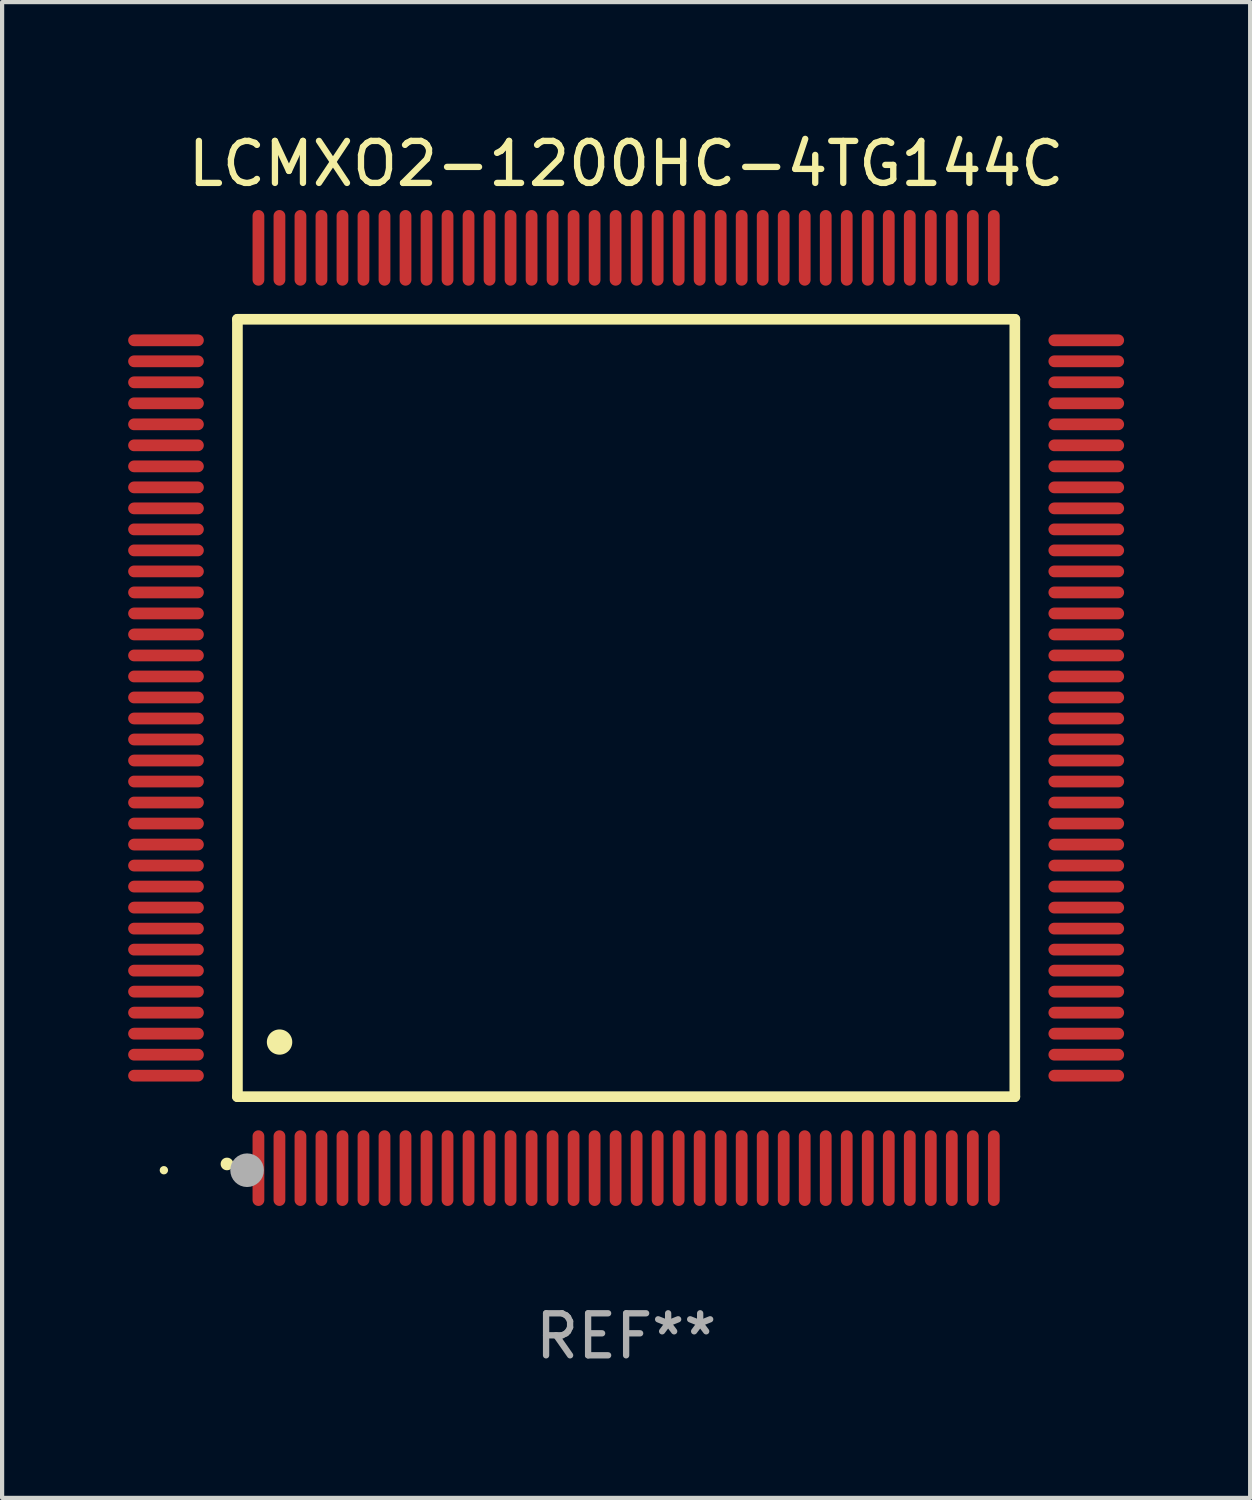
<source format=kicad_pcb>
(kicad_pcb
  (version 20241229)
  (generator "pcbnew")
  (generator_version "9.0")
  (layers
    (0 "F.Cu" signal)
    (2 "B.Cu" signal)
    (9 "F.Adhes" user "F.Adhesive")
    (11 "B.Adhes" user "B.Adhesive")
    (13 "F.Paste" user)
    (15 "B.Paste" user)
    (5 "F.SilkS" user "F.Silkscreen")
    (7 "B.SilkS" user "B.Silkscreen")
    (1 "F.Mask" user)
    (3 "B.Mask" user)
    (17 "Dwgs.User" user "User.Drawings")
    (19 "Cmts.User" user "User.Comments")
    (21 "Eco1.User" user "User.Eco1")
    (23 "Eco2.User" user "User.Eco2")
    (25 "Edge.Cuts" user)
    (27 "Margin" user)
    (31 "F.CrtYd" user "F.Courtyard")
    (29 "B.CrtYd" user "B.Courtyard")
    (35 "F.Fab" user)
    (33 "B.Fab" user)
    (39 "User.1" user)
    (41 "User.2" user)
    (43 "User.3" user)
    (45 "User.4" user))
  (footprint "LCMXO2-1200HC-4TG144C"
    (layer "F.Cu")
    (at 11.85 13.798)
    (property "Reference" "LCMXO2-1200HC-4TG144C" (at 0 -12.95 0) (layer "F.SilkS") (effects (font (size 1 1) (thickness 0.15))))
    (attr through_hole)
    (fp_line (start -9.25 -9.25) (end -9.25 9.25) (stroke (width 0.254) (type solid)) (layer "F.SilkS"))
    (fp_line (start -9.25 9.25) (end 9.25 9.25) (stroke (width 0.254) (type solid)) (layer "F.SilkS"))
    (fp_line (start 9.25 -9.25) (end -9.25 -9.25) (stroke (width 0.254) (type solid)) (layer "F.SilkS"))
    (fp_line (start 9.25 9.25) (end 9.25 -9.25) (stroke (width 0.254) (type solid)) (layer "F.SilkS"))
    (fp_arc (start -9.499619 10.850902) (mid -9.498349 10.850897) (end -9.497079 10.850902) (stroke (width 0.3) (type solid)) (layer "F.SilkS"))
    (fp_arc (start -8.249936 7.950216) (mid -8.247396 7.950205) (end -8.244856 7.950216) (stroke (width 0.6) (type solid)) (layer "F.SilkS"))
    (fp_circle (center -11 11) (end -10.95 11) (stroke (width 0.1) (type solid)) (fill no) (layer "F.SilkS"))
    (fp_circle (center -9.02 11) (end -8.82 11) (stroke (width 0.4) (type solid)) (fill no) (layer "F.Fab"))
    (fp_text user "REF**" (at 0 14.95 0) (layer "F.Fab") (effects (font (size 1 1) (thickness 0.15))))
    (pad "1" smd oval (at -8.75 10.95) (size 0.28 1.8) (layers "F.Cu" "F.Mask" "F.Paste"))
    (pad "2" smd oval (at -8.25 10.95) (size 0.28 1.8) (layers "F.Cu" "F.Mask" "F.Paste"))
    (pad "3" smd oval (at -7.75 10.95) (size 0.28 1.8) (layers "F.Cu" "F.Mask" "F.Paste"))
    (pad "4" smd oval (at -7.25 10.95) (size 0.28 1.8) (layers "F.Cu" "F.Mask" "F.Paste"))
    (pad "5" smd oval (at -6.75 10.95) (size 0.28 1.8) (layers "F.Cu" "F.Mask" "F.Paste"))
    (pad "6" smd oval (at -6.25 10.95) (size 0.28 1.8) (layers "F.Cu" "F.Mask" "F.Paste"))
    (pad "7" smd oval (at -5.75 10.95) (size 0.28 1.8) (layers "F.Cu" "F.Mask" "F.Paste"))
    (pad "8" smd oval (at -5.25 10.95) (size 0.28 1.8) (layers "F.Cu" "F.Mask" "F.Paste"))
    (pad "9" smd oval (at -4.75 10.95) (size 0.28 1.8) (layers "F.Cu" "F.Mask" "F.Paste"))
    (pad "10" smd oval (at -4.25 10.95) (size 0.28 1.8) (layers "F.Cu" "F.Mask" "F.Paste"))
    (pad "11" smd oval (at -3.75 10.95) (size 0.28 1.8) (layers "F.Cu" "F.Mask" "F.Paste"))
    (pad "12" smd oval (at -3.25 10.95) (size 0.28 1.8) (layers "F.Cu" "F.Mask" "F.Paste"))
    (pad "13" smd oval (at -2.75 10.95) (size 0.28 1.8) (layers "F.Cu" "F.Mask" "F.Paste"))
    (pad "14" smd oval (at -2.25 10.95) (size 0.28 1.8) (layers "F.Cu" "F.Mask" "F.Paste"))
    (pad "15" smd oval (at -1.75 10.95) (size 0.28 1.8) (layers "F.Cu" "F.Mask" "F.Paste"))
    (pad "16" smd oval (at -1.25 10.95) (size 0.28 1.8) (layers "F.Cu" "F.Mask" "F.Paste"))
    (pad "17" smd oval (at -0.75 10.95) (size 0.28 1.8) (layers "F.Cu" "F.Mask" "F.Paste"))
    (pad "18" smd oval (at -0.25 10.95) (size 0.28 1.8) (layers "F.Cu" "F.Mask" "F.Paste"))
    (pad "19" smd oval (at 0.25 10.95) (size 0.28 1.8) (layers "F.Cu" "F.Mask" "F.Paste"))
    (pad "20" smd oval (at 0.75 10.95) (size 0.28 1.8) (layers "F.Cu" "F.Mask" "F.Paste"))
    (pad "21" smd oval (at 1.25 10.95) (size 0.28 1.8) (layers "F.Cu" "F.Mask" "F.Paste"))
    (pad "22" smd oval (at 1.75 10.95) (size 0.28 1.8) (layers "F.Cu" "F.Mask" "F.Paste"))
    (pad "23" smd oval (at 2.25 10.95) (size 0.28 1.8) (layers "F.Cu" "F.Mask" "F.Paste"))
    (pad "24" smd oval (at 2.75 10.95) (size 0.28 1.8) (layers "F.Cu" "F.Mask" "F.Paste"))
    (pad "25" smd oval (at 3.25 10.95) (size 0.28 1.8) (layers "F.Cu" "F.Mask" "F.Paste"))
    (pad "26" smd oval (at 3.75 10.95) (size 0.28 1.8) (layers "F.Cu" "F.Mask" "F.Paste"))
    (pad "27" smd oval (at 4.25 10.95) (size 0.28 1.8) (layers "F.Cu" "F.Mask" "F.Paste"))
    (pad "28" smd oval (at 4.75 10.95) (size 0.28 1.8) (layers "F.Cu" "F.Mask" "F.Paste"))
    (pad "29" smd oval (at 5.25 10.95) (size 0.28 1.8) (layers "F.Cu" "F.Mask" "F.Paste"))
    (pad "30" smd oval (at 5.75 10.95) (size 0.28 1.8) (layers "F.Cu" "F.Mask" "F.Paste"))
    (pad "31" smd oval (at 6.25 10.95) (size 0.28 1.8) (layers "F.Cu" "F.Mask" "F.Paste"))
    (pad "32" smd oval (at 6.75 10.95) (size 0.28 1.8) (layers "F.Cu" "F.Mask" "F.Paste"))
    (pad "33" smd oval (at 7.25 10.95) (size 0.28 1.8) (layers "F.Cu" "F.Mask" "F.Paste"))
    (pad "34" smd oval (at 7.75 10.95) (size 0.28 1.8) (layers "F.Cu" "F.Mask" "F.Paste"))
    (pad "35" smd oval (at 8.25 10.95) (size 0.28 1.8) (layers "F.Cu" "F.Mask" "F.Paste"))
    (pad "36" smd oval (at 8.75 10.95) (size 0.28 1.8) (layers "F.Cu" "F.Mask" "F.Paste"))
    (pad "37" smd oval (at 10.95 8.75) (size 1.8 0.28) (layers "F.Cu" "F.Mask" "F.Paste"))
    (pad "38" smd oval (at 10.95 8.25) (size 1.8 0.28) (layers "F.Cu" "F.Mask" "F.Paste"))
    (pad "39" smd oval (at 10.95 7.75) (size 1.8 0.28) (layers "F.Cu" "F.Mask" "F.Paste"))
    (pad "40" smd oval (at 10.95 7.25) (size 1.8 0.28) (layers "F.Cu" "F.Mask" "F.Paste"))
    (pad "41" smd oval (at 10.95 6.75) (size 1.8 0.28) (layers "F.Cu" "F.Mask" "F.Paste"))
    (pad "42" smd oval (at 10.95 6.25) (size 1.8 0.28) (layers "F.Cu" "F.Mask" "F.Paste"))
    (pad "43" smd oval (at 10.95 5.75) (size 1.8 0.28) (layers "F.Cu" "F.Mask" "F.Paste"))
    (pad "44" smd oval (at 10.95 5.25) (size 1.8 0.28) (layers "F.Cu" "F.Mask" "F.Paste"))
    (pad "45" smd oval (at 10.95 4.75) (size 1.8 0.28) (layers "F.Cu" "F.Mask" "F.Paste"))
    (pad "46" smd oval (at 10.95 4.25) (size 1.8 0.28) (layers "F.Cu" "F.Mask" "F.Paste"))
    (pad "47" smd oval (at 10.95 3.75) (size 1.8 0.28) (layers "F.Cu" "F.Mask" "F.Paste"))
    (pad "48" smd oval (at 10.95 3.25) (size 1.8 0.28) (layers "F.Cu" "F.Mask" "F.Paste"))
    (pad "49" smd oval (at 10.95 2.75) (size 1.8 0.28) (layers "F.Cu" "F.Mask" "F.Paste"))
    (pad "50" smd oval (at 10.95 2.25) (size 1.8 0.28) (layers "F.Cu" "F.Mask" "F.Paste"))
    (pad "51" smd oval (at 10.95 1.75) (size 1.8 0.28) (layers "F.Cu" "F.Mask" "F.Paste"))
    (pad "52" smd oval (at 10.95 1.25) (size 1.8 0.28) (layers "F.Cu" "F.Mask" "F.Paste"))
    (pad "53" smd oval (at 10.95 0.75) (size 1.8 0.28) (layers "F.Cu" "F.Mask" "F.Paste"))
    (pad "54" smd oval (at 10.95 0.25) (size 1.8 0.28) (layers "F.Cu" "F.Mask" "F.Paste"))
    (pad "55" smd oval (at 10.95 -0.25) (size 1.8 0.28) (layers "F.Cu" "F.Mask" "F.Paste"))
    (pad "56" smd oval (at 10.95 -0.75) (size 1.8 0.28) (layers "F.Cu" "F.Mask" "F.Paste"))
    (pad "57" smd oval (at 10.95 -1.25) (size 1.8 0.28) (layers "F.Cu" "F.Mask" "F.Paste"))
    (pad "58" smd oval (at 10.95 -1.75) (size 1.8 0.28) (layers "F.Cu" "F.Mask" "F.Paste"))
    (pad "59" smd oval (at 10.95 -2.25) (size 1.8 0.28) (layers "F.Cu" "F.Mask" "F.Paste"))
    (pad "60" smd oval (at 10.95 -2.75) (size 1.8 0.28) (layers "F.Cu" "F.Mask" "F.Paste"))
    (pad "61" smd oval (at 10.95 -3.25) (size 1.8 0.28) (layers "F.Cu" "F.Mask" "F.Paste"))
    (pad "62" smd oval (at 10.95 -3.75) (size 1.8 0.28) (layers "F.Cu" "F.Mask" "F.Paste"))
    (pad "63" smd oval (at 10.95 -4.25) (size 1.8 0.28) (layers "F.Cu" "F.Mask" "F.Paste"))
    (pad "64" smd oval (at 10.95 -4.75) (size 1.8 0.28) (layers "F.Cu" "F.Mask" "F.Paste"))
    (pad "65" smd oval (at 10.95 -5.25) (size 1.8 0.28) (layers "F.Cu" "F.Mask" "F.Paste"))
    (pad "66" smd oval (at 10.95 -5.75) (size 1.8 0.28) (layers "F.Cu" "F.Mask" "F.Paste"))
    (pad "67" smd oval (at 10.95 -6.25) (size 1.8 0.28) (layers "F.Cu" "F.Mask" "F.Paste"))
    (pad "68" smd oval (at 10.95 -6.75) (size 1.8 0.28) (layers "F.Cu" "F.Mask" "F.Paste"))
    (pad "69" smd oval (at 10.95 -7.25) (size 1.8 0.28) (layers "F.Cu" "F.Mask" "F.Paste"))
    (pad "70" smd oval (at 10.95 -7.75) (size 1.8 0.28) (layers "F.Cu" "F.Mask" "F.Paste"))
    (pad "71" smd oval (at 10.95 -8.25) (size 1.8 0.28) (layers "F.Cu" "F.Mask" "F.Paste"))
    (pad "72" smd oval (at 10.95 -8.75) (size 1.8 0.28) (layers "F.Cu" "F.Mask" "F.Paste"))
    (pad "73" smd oval (at 8.75 -10.95) (size 0.28 1.8) (layers "F.Cu" "F.Mask" "F.Paste"))
    (pad "74" smd oval (at 8.25 -10.95) (size 0.28 1.8) (layers "F.Cu" "F.Mask" "F.Paste"))
    (pad "75" smd oval (at 7.75 -10.95) (size 0.28 1.8) (layers "F.Cu" "F.Mask" "F.Paste"))
    (pad "76" smd oval (at 7.25 -10.95) (size 0.28 1.8) (layers "F.Cu" "F.Mask" "F.Paste"))
    (pad "77" smd oval (at 6.75 -10.95) (size 0.28 1.8) (layers "F.Cu" "F.Mask" "F.Paste"))
    (pad "78" smd oval (at 6.25 -10.95) (size 0.28 1.8) (layers "F.Cu" "F.Mask" "F.Paste"))
    (pad "79" smd oval (at 5.75 -10.95) (size 0.28 1.8) (layers "F.Cu" "F.Mask" "F.Paste"))
    (pad "80" smd oval (at 5.25 -10.95) (size 0.28 1.8) (layers "F.Cu" "F.Mask" "F.Paste"))
    (pad "81" smd oval (at 4.75 -10.95) (size 0.28 1.8) (layers "F.Cu" "F.Mask" "F.Paste"))
    (pad "82" smd oval (at 4.25 -10.95) (size 0.28 1.8) (layers "F.Cu" "F.Mask" "F.Paste"))
    (pad "83" smd oval (at 3.75 -10.95) (size 0.28 1.8) (layers "F.Cu" "F.Mask" "F.Paste"))
    (pad "84" smd oval (at 3.25 -10.95) (size 0.28 1.8) (layers "F.Cu" "F.Mask" "F.Paste"))
    (pad "85" smd oval (at 2.75 -10.95) (size 0.28 1.8) (layers "F.Cu" "F.Mask" "F.Paste"))
    (pad "86" smd oval (at 2.25 -10.95) (size 0.28 1.8) (layers "F.Cu" "F.Mask" "F.Paste"))
    (pad "87" smd oval (at 1.75 -10.95) (size 0.28 1.8) (layers "F.Cu" "F.Mask" "F.Paste"))
    (pad "88" smd oval (at 1.25 -10.95) (size 0.28 1.8) (layers "F.Cu" "F.Mask" "F.Paste"))
    (pad "89" smd oval (at 0.75 -10.95) (size 0.28 1.8) (layers "F.Cu" "F.Mask" "F.Paste"))
    (pad "90" smd oval (at 0.25 -10.95) (size 0.28 1.8) (layers "F.Cu" "F.Mask" "F.Paste"))
    (pad "91" smd oval (at -0.25 -10.95) (size 0.28 1.8) (layers "F.Cu" "F.Mask" "F.Paste"))
    (pad "92" smd oval (at -0.75 -10.95) (size 0.28 1.8) (layers "F.Cu" "F.Mask" "F.Paste"))
    (pad "93" smd oval (at -1.25 -10.95) (size 0.28 1.8) (layers "F.Cu" "F.Mask" "F.Paste"))
    (pad "94" smd oval (at -1.75 -10.95) (size 0.28 1.8) (layers "F.Cu" "F.Mask" "F.Paste"))
    (pad "95" smd oval (at -2.25 -10.95) (size 0.28 1.8) (layers "F.Cu" "F.Mask" "F.Paste"))
    (pad "96" smd oval (at -2.75 -10.95) (size 0.28 1.8) (layers "F.Cu" "F.Mask" "F.Paste"))
    (pad "97" smd oval (at -3.25 -10.95) (size 0.28 1.8) (layers "F.Cu" "F.Mask" "F.Paste"))
    (pad "98" smd oval (at -3.75 -10.95) (size 0.28 1.8) (layers "F.Cu" "F.Mask" "F.Paste"))
    (pad "99" smd oval (at -4.25 -10.95) (size 0.28 1.8) (layers "F.Cu" "F.Mask" "F.Paste"))
    (pad "100" smd oval (at -4.75 -10.95) (size 0.28 1.8) (layers "F.Cu" "F.Mask" "F.Paste"))
    (pad "101" smd oval (at -5.25 -10.95) (size 0.28 1.8) (layers "F.Cu" "F.Mask" "F.Paste"))
    (pad "102" smd oval (at -5.75 -10.95) (size 0.28 1.8) (layers "F.Cu" "F.Mask" "F.Paste"))
    (pad "103" smd oval (at -6.25 -10.95) (size 0.28 1.8) (layers "F.Cu" "F.Mask" "F.Paste"))
    (pad "104" smd oval (at -6.75 -10.95) (size 0.28 1.8) (layers "F.Cu" "F.Mask" "F.Paste"))
    (pad "105" smd oval (at -7.25 -10.95) (size 0.28 1.8) (layers "F.Cu" "F.Mask" "F.Paste"))
    (pad "106" smd oval (at -7.75 -10.95) (size 0.28 1.8) (layers "F.Cu" "F.Mask" "F.Paste"))
    (pad "107" smd oval (at -8.25 -10.95) (size 0.28 1.8) (layers "F.Cu" "F.Mask" "F.Paste"))
    (pad "108" smd oval (at -8.75 -10.95) (size 0.28 1.8) (layers "F.Cu" "F.Mask" "F.Paste"))
    (pad "109" smd oval (at -10.95 -8.75) (size 1.8 0.28) (layers "F.Cu" "F.Mask" "F.Paste"))
    (pad "110" smd oval (at -10.95 -8.25) (size 1.8 0.28) (layers "F.Cu" "F.Mask" "F.Paste"))
    (pad "111" smd oval (at -10.95 -7.75) (size 1.8 0.28) (layers "F.Cu" "F.Mask" "F.Paste"))
    (pad "112" smd oval (at -10.95 -7.25) (size 1.8 0.28) (layers "F.Cu" "F.Mask" "F.Paste"))
    (pad "113" smd oval (at -10.95 -6.75) (size 1.8 0.28) (layers "F.Cu" "F.Mask" "F.Paste"))
    (pad "114" smd oval (at -10.95 -6.25) (size 1.8 0.28) (layers "F.Cu" "F.Mask" "F.Paste"))
    (pad "115" smd oval (at -10.95 -5.75) (size 1.8 0.28) (layers "F.Cu" "F.Mask" "F.Paste"))
    (pad "116" smd oval (at -10.95 -5.25) (size 1.8 0.28) (layers "F.Cu" "F.Mask" "F.Paste"))
    (pad "117" smd oval (at -10.95 -4.75) (size 1.8 0.28) (layers "F.Cu" "F.Mask" "F.Paste"))
    (pad "118" smd oval (at -10.95 -4.25) (size 1.8 0.28) (layers "F.Cu" "F.Mask" "F.Paste"))
    (pad "119" smd oval (at -10.95 -3.75) (size 1.8 0.28) (layers "F.Cu" "F.Mask" "F.Paste"))
    (pad "120" smd oval (at -10.95 -3.25) (size 1.8 0.28) (layers "F.Cu" "F.Mask" "F.Paste"))
    (pad "121" smd oval (at -10.95 -2.75) (size 1.8 0.28) (layers "F.Cu" "F.Mask" "F.Paste"))
    (pad "122" smd oval (at -10.95 -2.25) (size 1.8 0.28) (layers "F.Cu" "F.Mask" "F.Paste"))
    (pad "123" smd oval (at -10.95 -1.75) (size 1.8 0.28) (layers "F.Cu" "F.Mask" "F.Paste"))
    (pad "124" smd oval (at -10.95 -1.25) (size 1.8 0.28) (layers "F.Cu" "F.Mask" "F.Paste"))
    (pad "125" smd oval (at -10.95 -0.75) (size 1.8 0.28) (layers "F.Cu" "F.Mask" "F.Paste"))
    (pad "126" smd oval (at -10.95 -0.25) (size 1.8 0.28) (layers "F.Cu" "F.Mask" "F.Paste"))
    (pad "127" smd oval (at -10.95 0.25) (size 1.8 0.28) (layers "F.Cu" "F.Mask" "F.Paste"))
    (pad "128" smd oval (at -10.95 0.75) (size 1.8 0.28) (layers "F.Cu" "F.Mask" "F.Paste"))
    (pad "129" smd oval (at -10.95 1.25) (size 1.8 0.28) (layers "F.Cu" "F.Mask" "F.Paste"))
    (pad "130" smd oval (at -10.95 1.75) (size 1.8 0.28) (layers "F.Cu" "F.Mask" "F.Paste"))
    (pad "131" smd oval (at -10.95 2.25) (size 1.8 0.28) (layers "F.Cu" "F.Mask" "F.Paste"))
    (pad "132" smd oval (at -10.95 2.75) (size 1.8 0.28) (layers "F.Cu" "F.Mask" "F.Paste"))
    (pad "133" smd oval (at -10.95 3.25) (size 1.8 0.28) (layers "F.Cu" "F.Mask" "F.Paste"))
    (pad "134" smd oval (at -10.95 3.75) (size 1.8 0.28) (layers "F.Cu" "F.Mask" "F.Paste"))
    (pad "135" smd oval (at -10.95 4.25) (size 1.8 0.28) (layers "F.Cu" "F.Mask" "F.Paste"))
    (pad "136" smd oval (at -10.95 4.75) (size 1.8 0.28) (layers "F.Cu" "F.Mask" "F.Paste"))
    (pad "137" smd oval (at -10.95 5.25) (size 1.8 0.28) (layers "F.Cu" "F.Mask" "F.Paste"))
    (pad "138" smd oval (at -10.95 5.75) (size 1.8 0.28) (layers "F.Cu" "F.Mask" "F.Paste"))
    (pad "139" smd oval (at -10.95 6.25) (size 1.8 0.28) (layers "F.Cu" "F.Mask" "F.Paste"))
    (pad "140" smd oval (at -10.95 6.75) (size 1.8 0.28) (layers "F.Cu" "F.Mask" "F.Paste"))
    (pad "141" smd oval (at -10.95 7.25) (size 1.8 0.28) (layers "F.Cu" "F.Mask" "F.Paste"))
    (pad "142" smd oval (at -10.95 7.75) (size 1.8 0.28) (layers "F.Cu" "F.Mask" "F.Paste"))
    (pad "143" smd oval (at -10.95 8.25) (size 1.8 0.28) (layers "F.Cu" "F.Mask" "F.Paste"))
    (pad "144" smd oval (at -10.95 8.75) (size 1.8 0.28) (layers "F.Cu" "F.Mask" "F.Paste")))
  (gr_rect
    (start -3 -3)
    (end 26.7 32.596)
    (stroke (width 0.1) (type default))
    (fill no)
    (layer "Edge.Cuts")))
</source>
